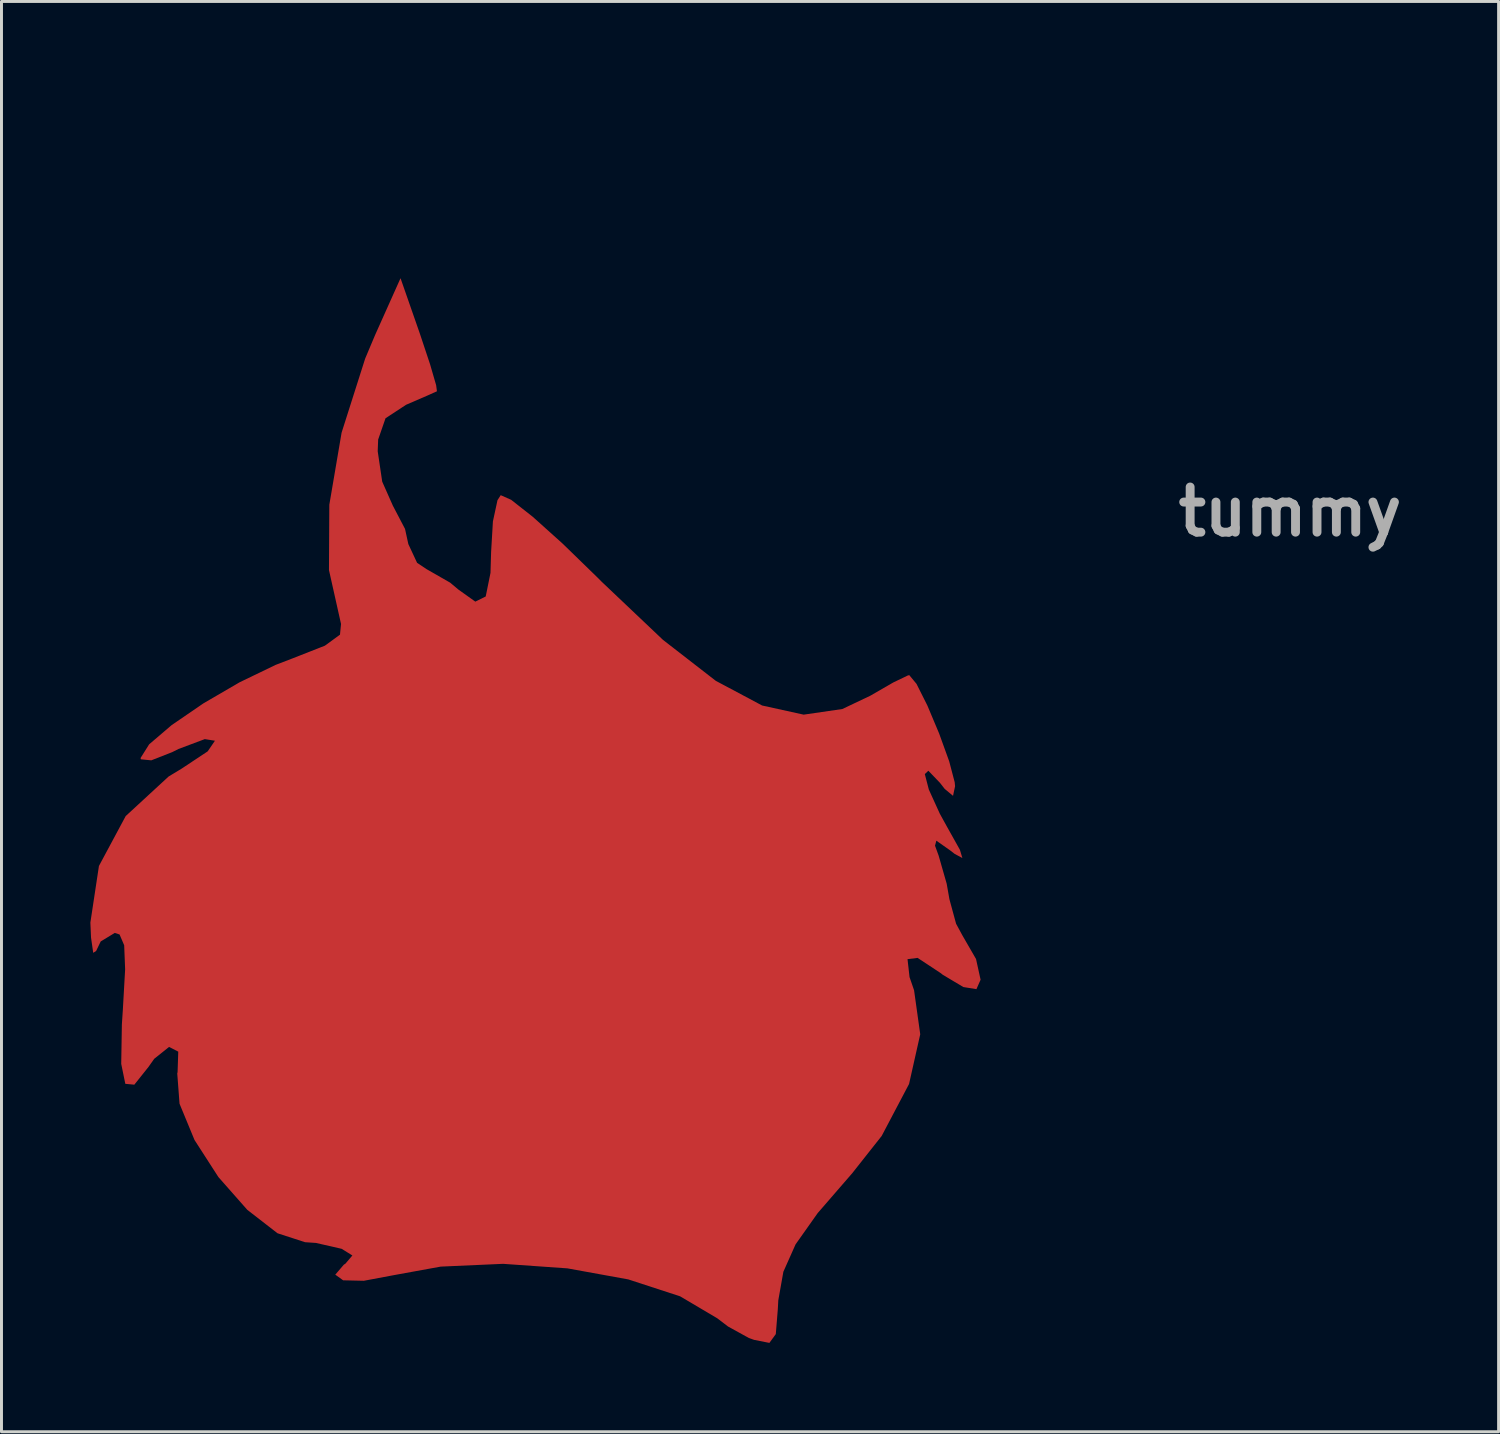
<source format=kicad_pcb>
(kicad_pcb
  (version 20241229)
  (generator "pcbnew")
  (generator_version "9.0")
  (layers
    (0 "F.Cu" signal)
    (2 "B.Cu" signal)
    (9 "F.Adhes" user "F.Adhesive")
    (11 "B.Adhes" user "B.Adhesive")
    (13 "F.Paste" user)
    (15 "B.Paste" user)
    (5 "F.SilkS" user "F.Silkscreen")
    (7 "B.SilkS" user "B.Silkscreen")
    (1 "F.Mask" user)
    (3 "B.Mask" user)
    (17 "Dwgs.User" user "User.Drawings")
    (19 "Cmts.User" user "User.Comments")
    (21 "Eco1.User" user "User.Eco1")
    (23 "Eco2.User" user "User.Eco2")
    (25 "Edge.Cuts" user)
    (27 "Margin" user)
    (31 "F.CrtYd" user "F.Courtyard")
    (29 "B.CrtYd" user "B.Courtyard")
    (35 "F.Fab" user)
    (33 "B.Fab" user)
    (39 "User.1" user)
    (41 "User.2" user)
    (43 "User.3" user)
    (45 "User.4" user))
  (footprint "tummy"
    (layer "F.Cu")
    (at 27.79 0.25)
    (property "Reference" "tummy" (at 12.7 13.97 0) (layer "F.Fab") (effects (font (size 1.524 1.524) (thickness 0.3))))
    (attr board_only exclude_from_pos_files exclude_from_bom allow_missing_courtyard)
    (pad "1" smd custom (at -13.537 28.656) (size 16.833 16.833) (layers "F.Cu" "F.Mask") (options (anchor circle)) (primitives (gr_poly (pts (xy -3.128 -20.681) (xy -2.788 -19.659) (xy -2.584 -18.956) (xy -2.557 -18.751) (xy -2.901 -18.597) (xy -3.599 -18.295) (xy -4.292 -17.841) (xy -4.541 -17.122) (xy -4.556 -16.726) (xy -4.404 -15.701) (xy -4.045 -14.891) (xy -3.634 -14.106) (xy -3.523 -13.596) (xy -3.227 -12.962) (xy -2.903 -12.746) (xy -2.112 -12.293) (xy -1.835 -12.061) (xy -1.262 -11.652) (xy -0.911 -11.826) (xy -0.75 -12.622) (xy -0.729 -13.326) (xy -0.668 -14.36) (xy -0.514 -15.075) (xy -0.405 -15.245) (xy -0.052 -15.088) (xy 0.678 -14.514) (xy 1.682 -13.612) (xy 2.858 -12.469) (xy 3.003 -12.323) (xy 5.071 -10.362) (xy 6.854 -8.979) (xy 8.416 -8.147) (xy 9.819 -7.838) (xy 11.124 -8.028) (xy 12.067 -8.476) (xy 12.843 -8.924) (xy 13.334 -9.16) (xy 13.384 -9.171) (xy 13.627 -8.877) (xy 13.994 -8.146) (xy 14.392 -7.199) (xy 14.731 -6.262) (xy 14.916 -5.557) (xy 14.929 -5.422) (xy 14.86 -5.098) (xy 14.579 -5.332) (xy 14.418 -5.538) (xy 14.027 -5.945) (xy 13.908 -5.832) (xy 14.043 -5.311) (xy 14.414 -4.495) (xy 14.655 -4.058) (xy 15.092 -3.277) (xy 15.175 -2.999) (xy 14.915 -3.139) (xy 14.764 -3.256) (xy 14.297 -3.585) (xy 14.252 -3.416) (xy 14.374 -3.082) (xy 14.646 -2.132) (xy 14.738 -1.61) (xy 14.963 -0.782) (xy 15.174 -0.392) (xy 15.636 0.408) (xy 15.79 1.108) (xy 15.65 1.426) (xy 15.208 1.355) (xy 14.516 0.942) (xy 14.429 0.875) (xy 13.664 0.371) (xy 13.324 0.414) (xy 13.392 1.018) (xy 13.545 1.463) (xy 13.753 2.949) (xy 13.376 4.626) (xy 12.452 6.38) (xy 11.464 7.631) (xy 10.292 8.984) (xy 9.546 10.039) (xy 9.134 10.964) (xy 8.963 11.928) (xy 8.947 12.225) (xy 8.879 13.067) (xy 8.663 13.364) (xy 8.149 13.263) (xy 7.97 13.199) (xy 7.267 12.811) (xy 6.902 12.533) (xy 5.649 11.792) (xy 3.902 11.222) (xy 1.848 10.849) (xy -0.325 10.696) (xy -2.431 10.79) (xy -4.018 11.079) (xy -5.025 11.268) (xy -5.723 11.252) (xy -5.988 11.061) (xy -5.699 10.724) (xy -5.648 10.692) (xy -5.411 10.414) (xy -5.773 10.189) (xy -6.64 9.991) (xy -7.008 9.966) (xy -7.938 9.664) (xy -8.957 8.874) (xy -9.933 7.767) (xy -10.739 6.516) (xy -11.244 5.293) (xy -11.321 4.272) (xy -11.31 4.226) (xy -11.287 3.535) (xy -11.597 3.376) (xy -12.098 3.776) (xy -12.292 4.051) (xy -12.77 4.65) (xy -13.074 4.621) (xy -13.212 3.948) (xy -13.19 2.615) (xy -13.158 2.137) (xy -13.08 0.757) (xy -13.112 -0.055) (xy -13.268 -0.419) (xy -13.43 -0.472) (xy -13.904 -0.184) (xy -14.059 0.137) (xy -14.157 0.2) (xy -14.231 -0.315) (xy -14.253 -0.82) (xy -13.964 -2.731) (xy -13.061 -4.415) (xy -11.613 -5.75) (xy -11.175 -6.015) (xy -10.294 -6.599) (xy -10.049 -6.958) (xy -10.392 -7.012) (xy -11.279 -6.679) (xy -11.491 -6.573) (xy -12.197 -6.296) (xy -12.549 -6.331) (xy -12.559 -6.375) (xy -12.27 -6.836) (xy -11.51 -7.485) (xy -10.438 -8.219) (xy -9.215 -8.931) (xy -7.999 -9.518) (xy -7.432 -9.736) (xy -6.338 -10.166) (xy -5.829 -10.537) (xy -5.794 -10.898) (xy -6.201 -12.718) (xy -6.189 -14.922) (xy -5.775 -17.354) (xy -4.979 -19.856) (xy -4.643 -20.653) (xy -3.786 -22.567)) (width 0) (fill yes)))))
  (gr_rect
    (start -3 -3)
    (end 47.525 45.269)
    (stroke (width 0.1) (type default))
    (fill no)
    (layer "Edge.Cuts")))
</source>
